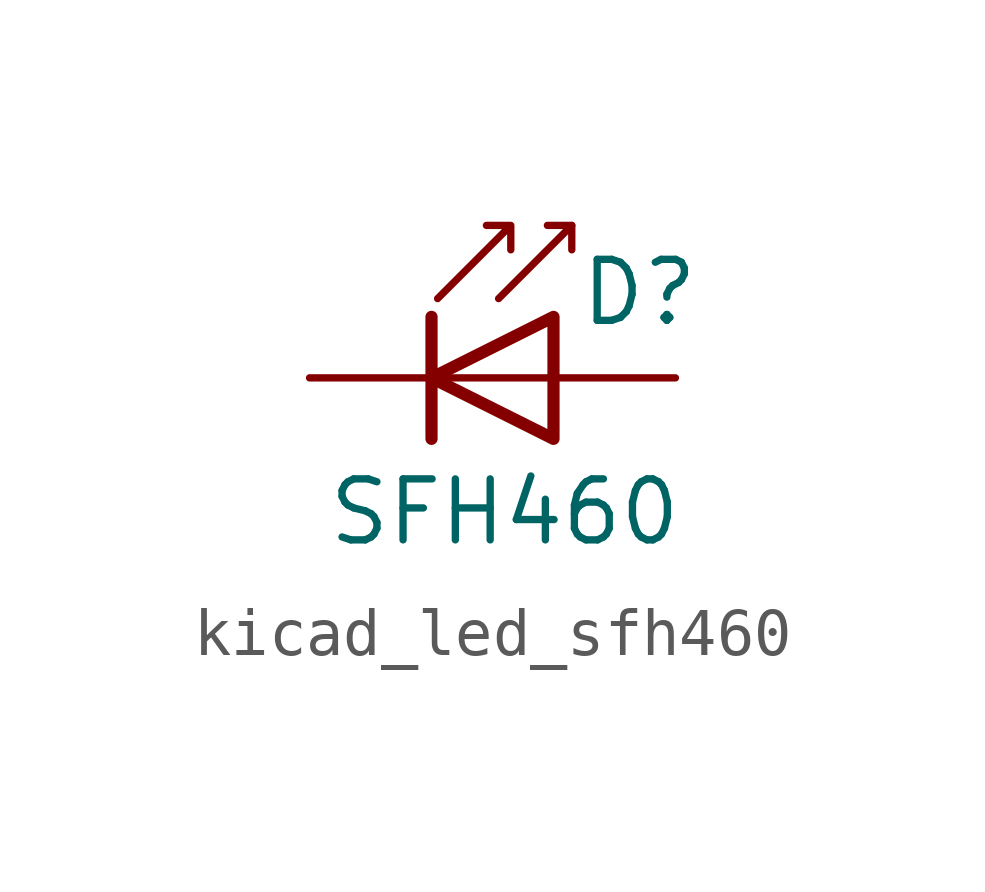
<source format=kicad_sym>
(kicad_symbol_lib
  (version 20220914)
  (generator kicad_symbol_editor)
  (symbol "kicad_led_sfh460"
    (pin_numbers hide)
    (pin_names
      (offset 1.016) hide)
    (property "Reference" "D"
      (at 0.508 1.778 0)
      (effects (font (size 1.27 1.27)) (justify left)))
    (property "Value" "SFH460"
      (at -1.016 -2.794 0)
      (effects (font (size 1.27 1.27))))
    (symbol "kicad_led_sfh460_0_1"
      (polyline (pts (xy -2.54 1.27) (xy -2.54 -1.27)) (stroke (width 0.254) (type default)) (fill (type none)))
      (polyline (pts (xy 0 0) (xy -2.54 0)) (stroke (width 0) (type default)) (fill (type none)))
      (polyline (pts (xy 0.381 3.175) (xy -0.127 3.175)) (stroke (width 0) (type default)) (fill (type none)))
      (polyline (pts (xy -1.143 1.651) (xy 0.381 3.175) (xy 0.381 2.667)) (stroke (width 0) (type default)) (fill (type none)))
      (polyline (pts (xy 0 1.27) (xy 0 -1.27) (xy -2.54 0) (xy 0 1.27)) (stroke (width 0.254) (type default)) (fill (type none)))
      (polyline (pts (xy -2.413 1.651) (xy -0.889 3.175) (xy -0.889 2.667) (xy -0.889 3.175) (xy -1.397 3.175)) (stroke (width 0) (type default)) (fill (type none))))
    (symbol "kicad_led_sfh460_1_1"
      (pin passive line (at -5.08 0 0) (length 2.54) (name "K" (effects (font (size 1.27 1.27)))) (number "1" (effects (font (size 1.27 1.27)))))
      (pin passive line (at 2.54 0 180) (length 2.54) (name "A" (effects (font (size 1.27 1.27)))) (number "2" (effects (font (size 1.27 1.27))))))))
</source>
